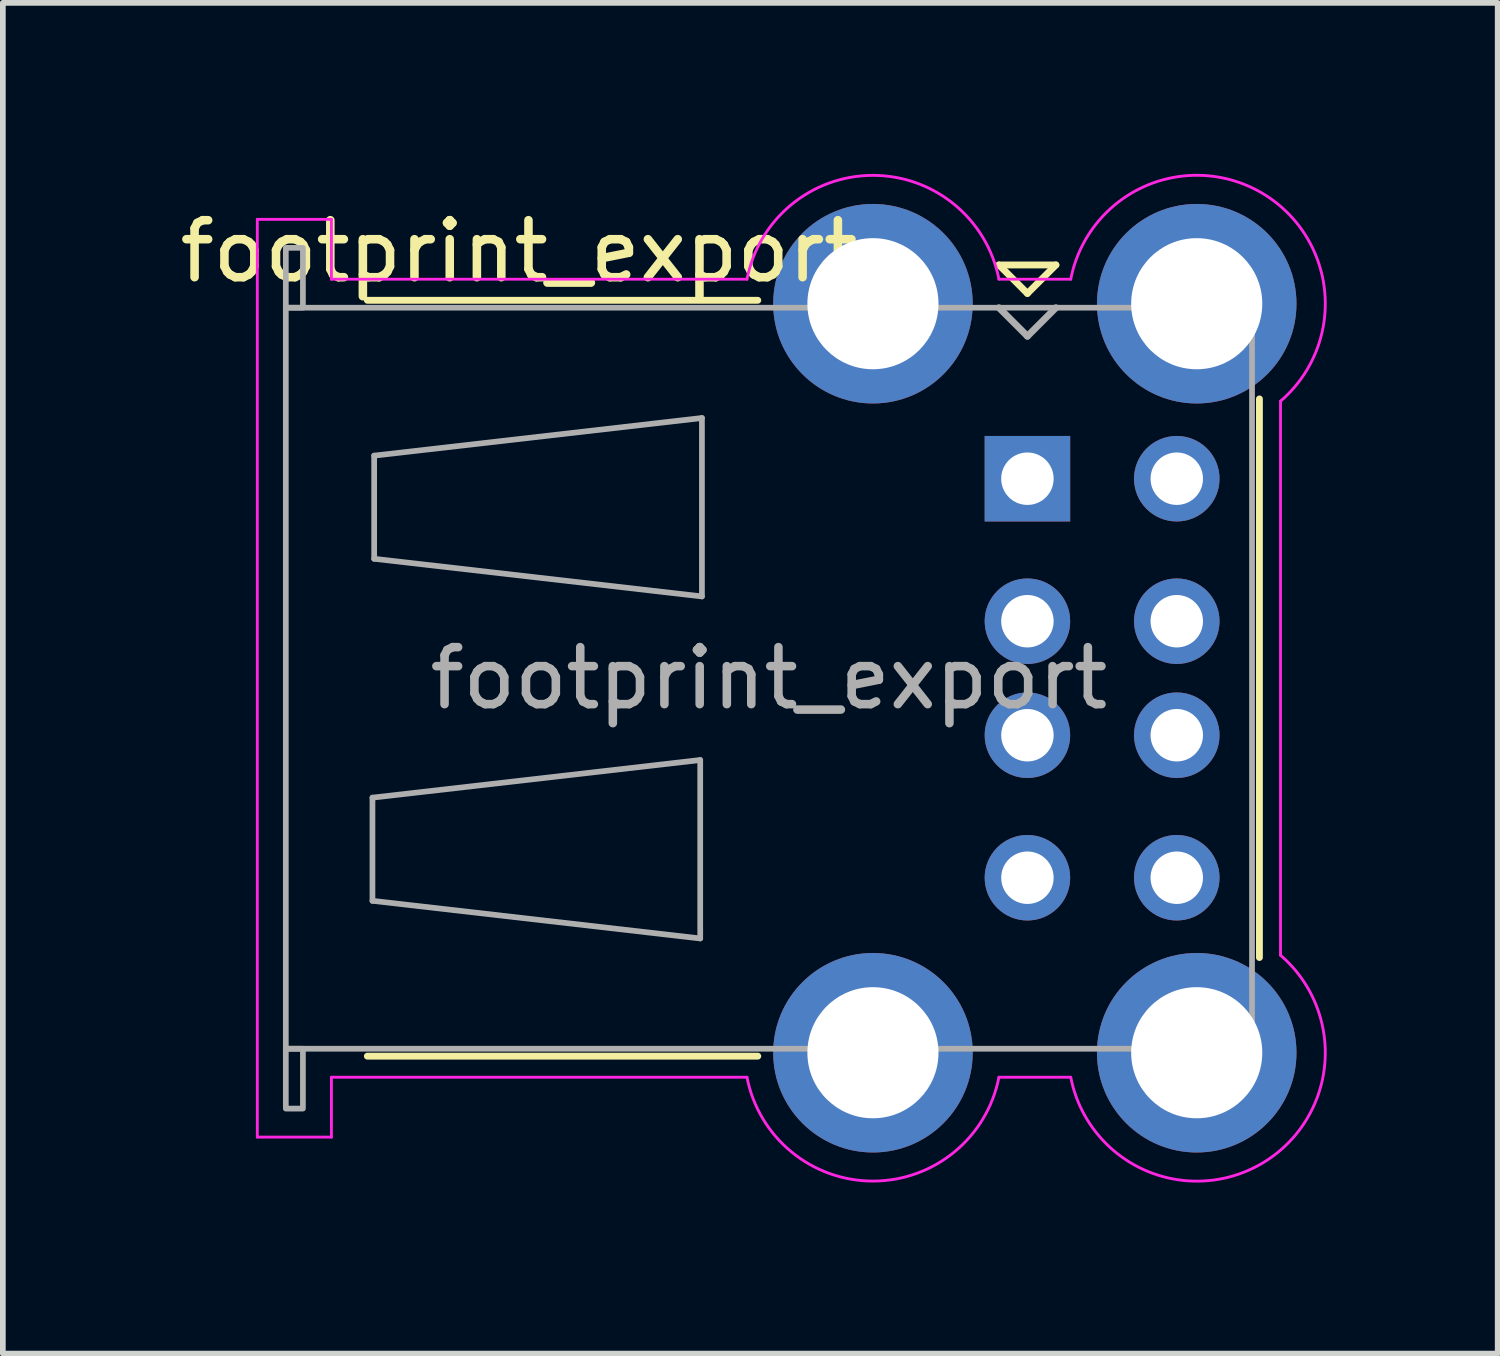
<source format=kicad_pcb>
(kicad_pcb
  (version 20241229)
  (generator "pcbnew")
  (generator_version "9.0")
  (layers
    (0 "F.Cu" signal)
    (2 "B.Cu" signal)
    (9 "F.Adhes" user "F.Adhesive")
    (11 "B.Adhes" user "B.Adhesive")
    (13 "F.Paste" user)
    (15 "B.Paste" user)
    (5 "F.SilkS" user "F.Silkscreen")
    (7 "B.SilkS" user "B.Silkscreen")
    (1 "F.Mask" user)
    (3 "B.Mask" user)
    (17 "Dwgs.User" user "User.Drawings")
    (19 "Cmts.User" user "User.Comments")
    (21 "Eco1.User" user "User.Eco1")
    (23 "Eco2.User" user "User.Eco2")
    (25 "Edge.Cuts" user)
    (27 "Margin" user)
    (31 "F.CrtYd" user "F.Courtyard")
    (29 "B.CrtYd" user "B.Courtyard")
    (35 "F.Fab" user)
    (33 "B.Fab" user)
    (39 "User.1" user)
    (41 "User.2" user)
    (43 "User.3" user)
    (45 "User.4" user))
  (footprint "footprint_export"
    (layer "F.Cu")
    (at 14.974 5.348)
    (property "Reference" "footprint_export" (at -8.92 -3.99 0) (layer "F.SilkS") (effects (font (size 1 1) (thickness 0.15))))
    (attr through_hole)
    (fp_line (start -11.58 10.13) (end -4.73 10.13) (stroke (width 0.12) (type solid)) (layer "F.SilkS"))
    (fp_line (start -4.73 -3.13) (end -11.58 -3.13) (stroke (width 0.12) (type solid)) (layer "F.SilkS"))
    (fp_line (start -0.5 -3.75) (end 0 -3.25) (stroke (width 0.12) (type solid)) (layer "F.SilkS"))
    (fp_line (start 0 -3.25) (end 0.5 -3.75) (stroke (width 0.12) (type solid)) (layer "F.SilkS"))
    (fp_line (start 0.5 -3.75) (end -0.5 -3.75) (stroke (width 0.12) (type solid)) (layer "F.SilkS"))
    (fp_line (start 4.07 8.4) (end 4.07 -1.4) (stroke (width 0.12) (type solid)) (layer "F.SilkS"))
    (fp_line (start -13.51 -4.55) (end -13.51 11.55) (stroke (width 0.05) (type solid)) (layer "F.CrtYd"))
    (fp_line (start -13.51 -4.55) (end -12.21 -4.55) (stroke (width 0.05) (type default)) (layer "F.CrtYd"))
    (fp_line (start -13.51 11.55) (end -12.21 11.55) (stroke (width 0.05) (type default)) (layer "F.CrtYd"))
    (fp_line (start -12.21 -4.55) (end -12.21 -3.5) (stroke (width 0.05) (type solid)) (layer "F.CrtYd"))
    (fp_line (start -12.21 10.5) (end -4.92 10.5) (stroke (width 0.05) (type solid)) (layer "F.CrtYd"))
    (fp_line (start -12.21 11.55) (end -12.21 10.5) (stroke (width 0.05) (type solid)) (layer "F.CrtYd"))
    (fp_line (start -4.92 -3.5) (end -12.21 -3.5) (stroke (width 0.05) (type solid)) (layer "F.CrtYd"))
    (fp_line (start -0.5 -3.5) (end 0.76 -3.5) (stroke (width 0.05) (type solid)) (layer "F.CrtYd"))
    (fp_line (start -0.5 10.5) (end 0.76 10.5) (stroke (width 0.05) (type solid)) (layer "F.CrtYd"))
    (fp_line (start 4.44 8.36) (end 4.44 -1.36) (stroke (width 0.05) (type solid)) (layer "F.CrtYd"))
    (fp_arc (start -4.92 -3.5) (mid -2.71 -5.321444) (end -0.5 -3.5) (stroke (width 0.05) (type solid)) (layer "F.CrtYd"))
    (fp_arc (start -0.5 10.5) (mid -2.71 12.321444) (end -4.92 10.5) (stroke (width 0.05) (type solid)) (layer "F.CrtYd"))
    (fp_arc (start 0.76 -3.5) (mid 4.104744 -5.017597) (end 4.44 -1.36) (stroke (width 0.05) (type solid)) (layer "F.CrtYd"))
    (fp_arc (start 2.97 10.07) (mid 2.97 10.07) (end 2.97 10.07) (stroke (width 0.05) (type solid)) (layer "F.CrtYd"))
    (fp_arc (start 4.44 8.36) (mid 4.104745 12.017598) (end 0.76 10.5) (stroke (width 0.05) (type solid)) (layer "F.CrtYd"))
    (fp_line (start -13.01 -3) (end -13.01 10) (stroke (width 0.1) (type solid)) (layer "F.Fab"))
    (fp_line (start -13.01 10) (end 3.94 10) (stroke (width 0.1) (type solid)) (layer "F.Fab"))
    (fp_line (start -11.49 5.595) (end -11.49 7.405) (stroke (width 0.1) (type solid)) (layer "F.Fab"))
    (fp_line (start -11.49 7.405) (end -5.74 8.065) (stroke (width 0.1) (type solid)) (layer "F.Fab"))
    (fp_line (start -11.46 -0.405) (end -11.46 1.405) (stroke (width 0.1) (type solid)) (layer "F.Fab"))
    (fp_line (start -11.46 1.405) (end -5.71 2.065) (stroke (width 0.1) (type solid)) (layer "F.Fab"))
    (fp_line (start -5.74 4.935) (end -11.49 5.595) (stroke (width 0.1) (type solid)) (layer "F.Fab"))
    (fp_line (start -5.74 8.065) (end -5.74 4.935) (stroke (width 0.1) (type solid)) (layer "F.Fab"))
    (fp_line (start -5.71 -1.065) (end -11.46 -0.405) (stroke (width 0.1) (type solid)) (layer "F.Fab"))
    (fp_line (start -5.71 2.065) (end -5.71 -1.065) (stroke (width 0.1) (type solid)) (layer "F.Fab"))
    (fp_line (start 0 -2.5) (end -0.5 -3) (stroke (width 0.12) (type solid)) (layer "F.Fab"))
    (fp_line (start 0 -2.5) (end 0.5 -3) (stroke (width 0.12) (type solid)) (layer "F.Fab"))
    (fp_line (start 3.94 -3) (end -13.01 -3) (stroke (width 0.1) (type solid)) (layer "F.Fab"))
    (fp_line (start 3.94 10) (end 3.94 -3) (stroke (width 0.1) (type solid)) (layer "F.Fab"))
    (fp_rect (start -13.01 -4.05) (end -12.71 -3) (stroke (width 0.1) (type default)) (fill no) (layer "F.Fab"))
    (fp_rect (start -13.01 10) (end -12.71 11.05) (stroke (width 0.1) (type default)) (fill no) (layer "F.Fab"))
    (fp_text user "${REFERENCE}" (at -4.535 3.5 0) (layer "F.Fab") (effects (font (size 1 1) (thickness 0.15))))
    (pad "1" thru_hole rect (at 0 0) (size 1.5 1.5) (drill 0.92) (layers "*.Cu" "*.Mask"))
    (pad "2" thru_hole circle (at 0 2.5) (size 1.5 1.5) (drill 0.92) (layers "*.Cu" "*.Mask"))
    (pad "3" thru_hole circle (at 0 4.5) (size 1.5 1.5) (drill 0.92) (layers "*.Cu" "*.Mask"))
    (pad "4" thru_hole circle (at 0 7) (size 1.5 1.5) (drill 0.92) (layers "*.Cu" "*.Mask"))
    (pad "5" thru_hole circle (at 2.62 0) (size 1.5 1.5) (drill 0.92) (layers "*.Cu" "*.Mask"))
    (pad "6" thru_hole circle (at 2.62 2.5) (size 1.5 1.5) (drill 0.92) (layers "*.Cu" "*.Mask"))
    (pad "7" thru_hole circle (at 2.62 4.5) (size 1.5 1.5) (drill 0.92) (layers "*.Cu" "*.Mask"))
    (pad "8" thru_hole circle (at 2.62 7) (size 1.5 1.5) (drill 0.92) (layers "*.Cu" "*.Mask"))
    (pad "9" thru_hole circle (at -2.71 -3.07) (size 3.5 3.5) (drill 2.3) (layers "*.Cu" "*.Mask"))
    (pad "9" thru_hole circle (at -2.71 10.07) (size 3.5 3.5) (drill 2.3) (layers "*.Cu" "*.Mask"))
    (pad "9" thru_hole circle (at 2.97 -3.07) (size 3.5 3.5) (drill 2.3) (layers "*.Cu" "*.Mask"))
    (pad "9" thru_hole circle (at 2.97 10.07) (size 3.5 3.5) (drill 2.3) (layers "*.Cu" "*.Mask")))
  (gr_rect
    (start -3 -3)
    (end 23.224 20.696)
    (stroke (width 0.1) (type default))
    (fill no)
    (layer "Edge.Cuts")))
</source>
